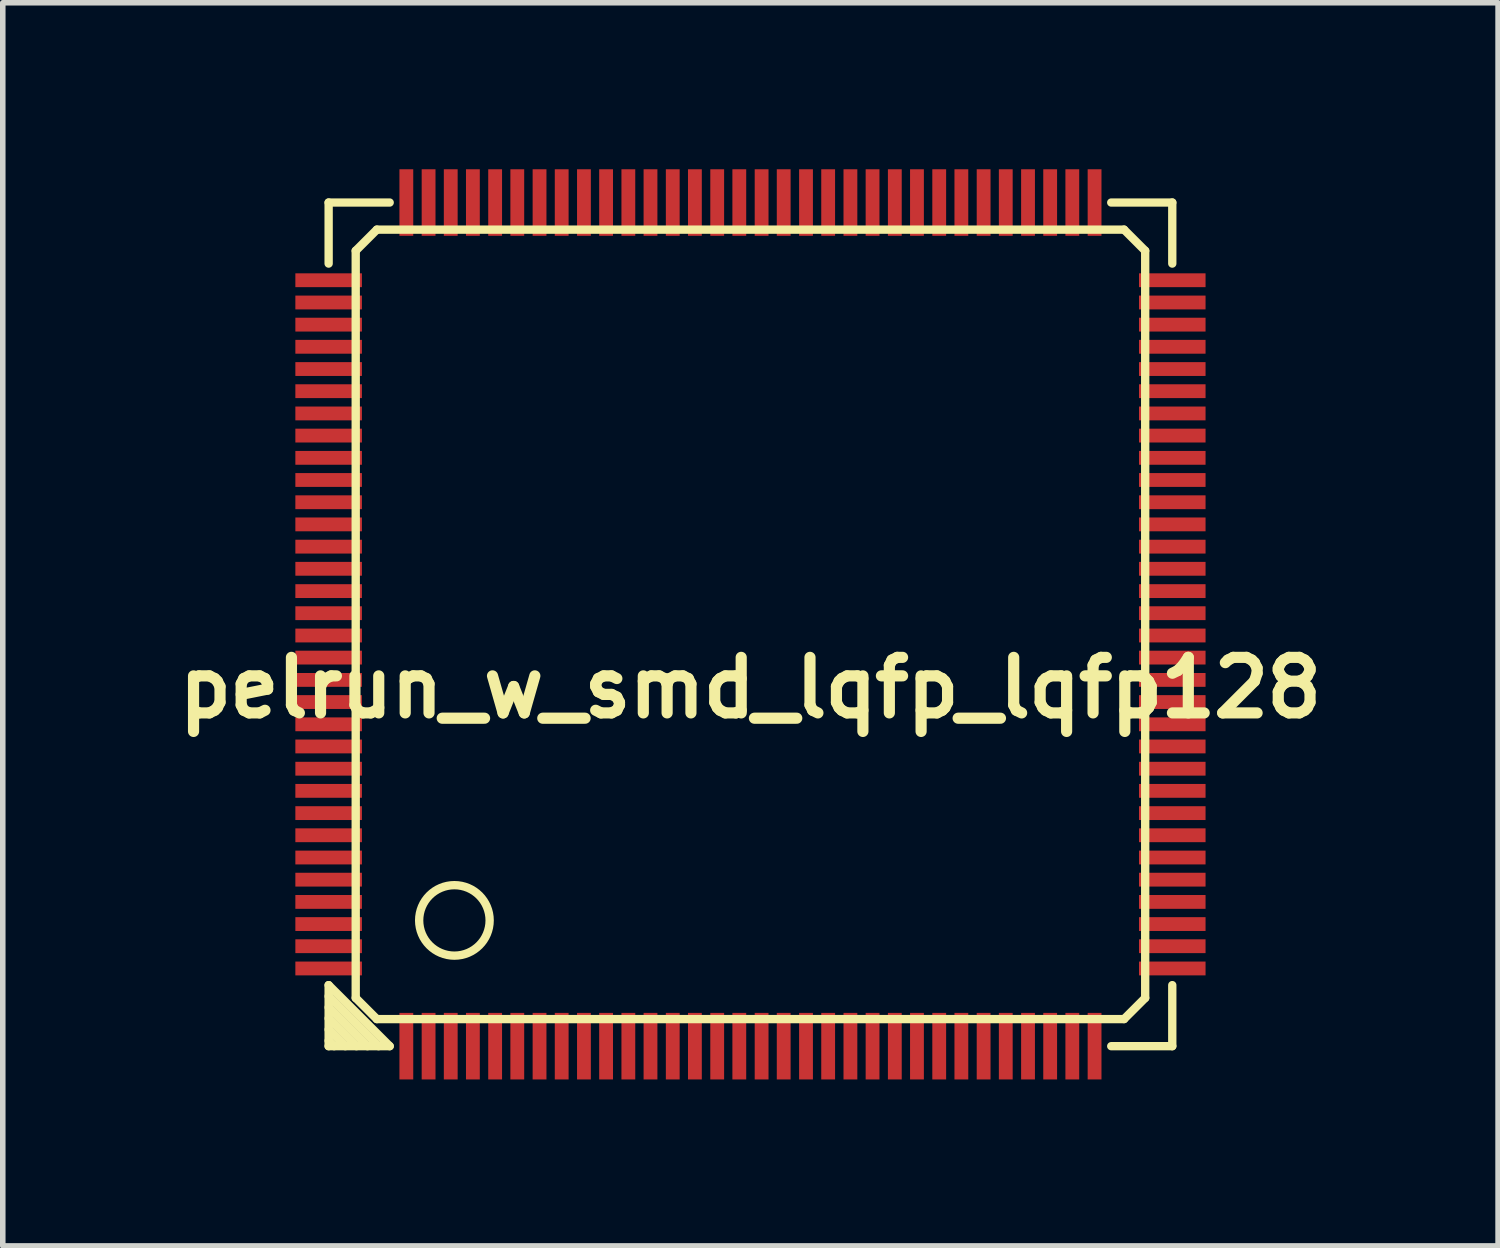
<source format=kicad_pcb>
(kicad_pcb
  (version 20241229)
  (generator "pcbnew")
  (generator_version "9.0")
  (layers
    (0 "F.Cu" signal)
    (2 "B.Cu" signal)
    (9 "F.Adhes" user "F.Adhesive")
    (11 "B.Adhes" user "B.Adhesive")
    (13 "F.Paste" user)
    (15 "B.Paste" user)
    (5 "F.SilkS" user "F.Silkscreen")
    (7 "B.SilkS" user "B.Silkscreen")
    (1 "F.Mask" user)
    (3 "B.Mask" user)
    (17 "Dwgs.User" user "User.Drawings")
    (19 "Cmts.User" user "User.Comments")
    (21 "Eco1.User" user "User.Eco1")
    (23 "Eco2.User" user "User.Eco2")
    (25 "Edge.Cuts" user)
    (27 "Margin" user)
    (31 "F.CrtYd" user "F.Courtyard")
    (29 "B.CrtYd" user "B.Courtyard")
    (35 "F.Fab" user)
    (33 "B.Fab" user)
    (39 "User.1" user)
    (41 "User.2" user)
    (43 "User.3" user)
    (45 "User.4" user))
  (footprint "pelrun_w_smd_lqfp_lqfp128"
    (layer "F.Cu")
    (at 10.471 8.199)
    (property "Reference" "pelrun_w_smd_lqfp_lqfp128" (at 0 1.143 0) (layer "F.SilkS") (effects (font (size 1.001 1.001) (thickness 0.201))))
    (attr through_hole)
    (fp_line (start -7.6 -7.6) (end -6.5 -7.6) (stroke (width 0.15) (type solid)) (layer "F.SilkS"))
    (fp_line (start -7.6 -6.5) (end -7.6 -7.6) (stroke (width 0.15) (type solid)) (layer "F.SilkS"))
    (fp_line (start -7.6 6.5) (end -7.6 7.6) (stroke (width 0.15) (type solid)) (layer "F.SilkS"))
    (fp_line (start -7.6 6.701) (end -6.701 7.6) (stroke (width 0.15) (type solid)) (layer "F.SilkS"))
    (fp_line (start -7.6 7.099) (end -7.099 7.6) (stroke (width 0.15) (type solid)) (layer "F.SilkS"))
    (fp_line (start -7.6 7.501) (end -7.501 7.6) (stroke (width 0.15) (type solid)) (layer "F.SilkS"))
    (fp_line (start -7.6 7.6) (end -6.5 7.6) (stroke (width 0.15) (type solid)) (layer "F.SilkS"))
    (fp_line (start -7.3 7.6) (end -7.6 7.3) (stroke (width 0.15) (type solid)) (layer "F.SilkS"))
    (fp_line (start -7.112 -6.731) (end -7.112 6.731) (stroke (width 0.15) (type solid)) (layer "F.SilkS"))
    (fp_line (start -7.112 6.731) (end -6.731 7.112) (stroke (width 0.15) (type solid)) (layer "F.SilkS"))
    (fp_line (start -6.901 7.6) (end -7.6 6.901) (stroke (width 0.15) (type solid)) (layer "F.SilkS"))
    (fp_line (start -6.731 -7.112) (end -7.112 -6.731) (stroke (width 0.15) (type solid)) (layer "F.SilkS"))
    (fp_line (start -6.731 7.112) (end 6.731 7.112) (stroke (width 0.15) (type solid)) (layer "F.SilkS"))
    (fp_line (start -6.5 7.6) (end -7.6 6.5) (stroke (width 0.15) (type solid)) (layer "F.SilkS"))
    (fp_line (start 6.5 7.6) (end 7.6 7.6) (stroke (width 0.15) (type solid)) (layer "F.SilkS"))
    (fp_line (start 6.731 -7.112) (end -6.731 -7.112) (stroke (width 0.15) (type solid)) (layer "F.SilkS"))
    (fp_line (start 6.731 7.112) (end 7.112 6.731) (stroke (width 0.15) (type solid)) (layer "F.SilkS"))
    (fp_line (start 7.112 -6.731) (end 6.731 -7.112) (stroke (width 0.15) (type solid)) (layer "F.SilkS"))
    (fp_line (start 7.112 6.731) (end 7.112 -6.731) (stroke (width 0.15) (type solid)) (layer "F.SilkS"))
    (fp_line (start 7.6 -7.6) (end 6.5 -7.6) (stroke (width 0.15) (type solid)) (layer "F.SilkS"))
    (fp_line (start 7.6 -7.6) (end 7.6 -6.5) (stroke (width 0.15) (type solid)) (layer "F.SilkS"))
    (fp_line (start 7.6 7.6) (end 7.6 6.5) (stroke (width 0.15) (type solid)) (layer "F.SilkS"))
    (fp_circle (center -5.334 5.334) (end -5.715 5.842) (stroke (width 0.15) (type solid)) (fill no) (layer "F.SilkS"))
    (pad "1" smd rect (at -6.2 7.6) (size 0.249 1.199) (layers "F.Cu" "F.Mask" "F.Paste"))
    (pad "2" smd rect (at -5.799 7.6) (size 0.249 1.199) (layers "F.Cu" "F.Mask" "F.Paste"))
    (pad "3" smd rect (at -5.4 7.6) (size 0.249 1.199) (layers "F.Cu" "F.Mask" "F.Paste"))
    (pad "4" smd rect (at -5.001 7.6) (size 0.249 1.199) (layers "F.Cu" "F.Mask" "F.Paste"))
    (pad "5" smd rect (at -4.6 7.6) (size 0.249 1.199) (layers "F.Cu" "F.Mask" "F.Paste"))
    (pad "6" smd rect (at -4.201 7.6) (size 0.249 1.199) (layers "F.Cu" "F.Mask" "F.Paste"))
    (pad "7" smd rect (at -3.8 7.6) (size 0.249 1.199) (layers "F.Cu" "F.Mask" "F.Paste"))
    (pad "8" smd rect (at -3.401 7.6) (size 0.249 1.199) (layers "F.Cu" "F.Mask" "F.Paste"))
    (pad "9" smd rect (at -3 7.6) (size 0.249 1.199) (layers "F.Cu" "F.Mask" "F.Paste"))
    (pad "10" smd rect (at -2.601 7.6) (size 0.249 1.199) (layers "F.Cu" "F.Mask" "F.Paste"))
    (pad "11" smd rect (at -2.2 7.6) (size 0.249 1.199) (layers "F.Cu" "F.Mask" "F.Paste"))
    (pad "12" smd rect (at -1.801 7.6) (size 0.249 1.199) (layers "F.Cu" "F.Mask" "F.Paste"))
    (pad "13" smd rect (at -1.4 7.6) (size 0.249 1.199) (layers "F.Cu" "F.Mask" "F.Paste"))
    (pad "14" smd rect (at -1.001 7.6) (size 0.249 1.199) (layers "F.Cu" "F.Mask" "F.Paste"))
    (pad "15" smd rect (at -0.599 7.6) (size 0.249 1.199) (layers "F.Cu" "F.Mask" "F.Paste"))
    (pad "16" smd rect (at -0.201 7.6) (size 0.249 1.199) (layers "F.Cu" "F.Mask" "F.Paste"))
    (pad "17" smd rect (at 0.201 7.6) (size 0.249 1.199) (layers "F.Cu" "F.Mask" "F.Paste"))
    (pad "18" smd rect (at 0.599 7.6) (size 0.249 1.199) (layers "F.Cu" "F.Mask" "F.Paste"))
    (pad "19" smd rect (at 1.001 7.6) (size 0.249 1.199) (layers "F.Cu" "F.Mask" "F.Paste"))
    (pad "20" smd rect (at 1.4 7.6) (size 0.249 1.199) (layers "F.Cu" "F.Mask" "F.Paste"))
    (pad "21" smd rect (at 1.801 7.6) (size 0.249 1.199) (layers "F.Cu" "F.Mask" "F.Paste"))
    (pad "22" smd rect (at 2.2 7.6) (size 0.249 1.199) (layers "F.Cu" "F.Mask" "F.Paste"))
    (pad "23" smd rect (at 2.601 7.6) (size 0.249 1.199) (layers "F.Cu" "F.Mask" "F.Paste"))
    (pad "24" smd rect (at 3 7.6) (size 0.249 1.199) (layers "F.Cu" "F.Mask" "F.Paste"))
    (pad "25" smd rect (at 3.401 7.6) (size 0.249 1.199) (layers "F.Cu" "F.Mask" "F.Paste"))
    (pad "26" smd rect (at 3.8 7.6) (size 0.249 1.199) (layers "F.Cu" "F.Mask" "F.Paste"))
    (pad "27" smd rect (at 4.201 7.6) (size 0.249 1.199) (layers "F.Cu" "F.Mask" "F.Paste"))
    (pad "28" smd rect (at 4.6 7.6) (size 0.249 1.199) (layers "F.Cu" "F.Mask" "F.Paste"))
    (pad "29" smd rect (at 5.001 7.6) (size 0.249 1.199) (layers "F.Cu" "F.Mask" "F.Paste"))
    (pad "30" smd rect (at 5.4 7.6) (size 0.249 1.199) (layers "F.Cu" "F.Mask" "F.Paste"))
    (pad "31" smd rect (at 5.799 7.6) (size 0.249 1.199) (layers "F.Cu" "F.Mask" "F.Paste"))
    (pad "32" smd rect (at 6.2 7.6) (size 0.249 1.199) (layers "F.Cu" "F.Mask" "F.Paste"))
    (pad "33" smd rect (at 7.6 6.2) (size 1.199 0.249) (layers "F.Cu" "F.Mask" "F.Paste"))
    (pad "34" smd rect (at 7.6 5.799) (size 1.199 0.249) (layers "F.Cu" "F.Mask" "F.Paste"))
    (pad "35" smd rect (at 7.6 5.4) (size 1.199 0.249) (layers "F.Cu" "F.Mask" "F.Paste"))
    (pad "36" smd rect (at 7.6 5.001) (size 1.199 0.249) (layers "F.Cu" "F.Mask" "F.Paste"))
    (pad "37" smd rect (at 7.6 4.6) (size 1.199 0.249) (layers "F.Cu" "F.Mask" "F.Paste"))
    (pad "38" smd rect (at 7.6 4.201) (size 1.199 0.249) (layers "F.Cu" "F.Mask" "F.Paste"))
    (pad "39" smd rect (at 7.6 3.8) (size 1.199 0.249) (layers "F.Cu" "F.Mask" "F.Paste"))
    (pad "40" smd rect (at 7.6 3.401) (size 1.199 0.249) (layers "F.Cu" "F.Mask" "F.Paste"))
    (pad "41" smd rect (at 7.6 3) (size 1.199 0.249) (layers "F.Cu" "F.Mask" "F.Paste"))
    (pad "42" smd rect (at 7.6 2.601) (size 1.199 0.249) (layers "F.Cu" "F.Mask" "F.Paste"))
    (pad "43" smd rect (at 7.6 2.2) (size 1.199 0.249) (layers "F.Cu" "F.Mask" "F.Paste"))
    (pad "44" smd rect (at 7.6 1.801) (size 1.199 0.249) (layers "F.Cu" "F.Mask" "F.Paste"))
    (pad "45" smd rect (at 7.6 1.4) (size 1.199 0.249) (layers "F.Cu" "F.Mask" "F.Paste"))
    (pad "46" smd rect (at 7.6 1.001) (size 1.199 0.249) (layers "F.Cu" "F.Mask" "F.Paste"))
    (pad "47" smd rect (at 7.6 0.599) (size 1.199 0.249) (layers "F.Cu" "F.Mask" "F.Paste"))
    (pad "48" smd rect (at 7.6 0.201) (size 1.199 0.249) (layers "F.Cu" "F.Mask" "F.Paste"))
    (pad "49" smd rect (at 7.6 -0.201) (size 1.199 0.249) (layers "F.Cu" "F.Mask" "F.Paste"))
    (pad "50" smd rect (at 7.6 -0.599) (size 1.199 0.249) (layers "F.Cu" "F.Mask" "F.Paste"))
    (pad "51" smd rect (at 7.6 -1.001) (size 1.199 0.249) (layers "F.Cu" "F.Mask" "F.Paste"))
    (pad "52" smd rect (at 7.6 -1.4) (size 1.199 0.249) (layers "F.Cu" "F.Mask" "F.Paste"))
    (pad "53" smd rect (at 7.6 -1.801) (size 1.199 0.249) (layers "F.Cu" "F.Mask" "F.Paste"))
    (pad "54" smd rect (at 7.6 -2.2) (size 1.199 0.249) (layers "F.Cu" "F.Mask" "F.Paste"))
    (pad "55" smd rect (at 7.6 -2.601) (size 1.199 0.249) (layers "F.Cu" "F.Mask" "F.Paste"))
    (pad "56" smd rect (at 7.6 -3) (size 1.199 0.249) (layers "F.Cu" "F.Mask" "F.Paste"))
    (pad "57" smd rect (at 7.6 -3.401) (size 1.199 0.249) (layers "F.Cu" "F.Mask" "F.Paste"))
    (pad "58" smd rect (at 7.6 -3.8) (size 1.199 0.249) (layers "F.Cu" "F.Mask" "F.Paste"))
    (pad "59" smd rect (at 7.6 -4.201) (size 1.199 0.249) (layers "F.Cu" "F.Mask" "F.Paste"))
    (pad "60" smd rect (at 7.6 -4.6) (size 1.199 0.249) (layers "F.Cu" "F.Mask" "F.Paste"))
    (pad "61" smd rect (at 7.6 -5.001) (size 1.199 0.249) (layers "F.Cu" "F.Mask" "F.Paste"))
    (pad "62" smd rect (at 7.6 -5.4) (size 1.199 0.249) (layers "F.Cu" "F.Mask" "F.Paste"))
    (pad "63" smd rect (at 7.6 -5.799) (size 1.199 0.249) (layers "F.Cu" "F.Mask" "F.Paste"))
    (pad "64" smd rect (at 7.6 -6.2) (size 1.199 0.249) (layers "F.Cu" "F.Mask" "F.Paste"))
    (pad "65" smd rect (at 6.2 -7.6) (size 0.249 1.199) (layers "F.Cu" "F.Mask" "F.Paste"))
    (pad "66" smd rect (at 5.799 -7.6) (size 0.249 1.199) (layers "F.Cu" "F.Mask" "F.Paste"))
    (pad "67" smd rect (at 5.4 -7.6) (size 0.249 1.199) (layers "F.Cu" "F.Mask" "F.Paste"))
    (pad "68" smd rect (at 5.001 -7.6) (size 0.249 1.199) (layers "F.Cu" "F.Mask" "F.Paste"))
    (pad "69" smd rect (at 4.6 -7.6) (size 0.249 1.199) (layers "F.Cu" "F.Mask" "F.Paste"))
    (pad "70" smd rect (at 4.201 -7.6) (size 0.249 1.199) (layers "F.Cu" "F.Mask" "F.Paste"))
    (pad "71" smd rect (at 3.8 -7.6) (size 0.249 1.199) (layers "F.Cu" "F.Mask" "F.Paste"))
    (pad "72" smd rect (at 3.401 -7.6) (size 0.249 1.199) (layers "F.Cu" "F.Mask" "F.Paste"))
    (pad "73" smd rect (at 3 -7.6) (size 0.249 1.199) (layers "F.Cu" "F.Mask" "F.Paste"))
    (pad "74" smd rect (at 2.601 -7.6) (size 0.249 1.199) (layers "F.Cu" "F.Mask" "F.Paste"))
    (pad "75" smd rect (at 2.2 -7.6) (size 0.249 1.199) (layers "F.Cu" "F.Mask" "F.Paste"))
    (pad "76" smd rect (at 1.801 -7.6) (size 0.249 1.199) (layers "F.Cu" "F.Mask" "F.Paste"))
    (pad "77" smd rect (at 1.4 -7.6) (size 0.249 1.199) (layers "F.Cu" "F.Mask" "F.Paste"))
    (pad "78" smd rect (at 1.001 -7.6) (size 0.249 1.199) (layers "F.Cu" "F.Mask" "F.Paste"))
    (pad "79" smd rect (at 0.599 -7.6) (size 0.249 1.199) (layers "F.Cu" "F.Mask" "F.Paste"))
    (pad "80" smd rect (at 0.201 -7.6) (size 0.249 1.199) (layers "F.Cu" "F.Mask" "F.Paste"))
    (pad "81" smd rect (at -0.201 -7.6) (size 0.249 1.199) (layers "F.Cu" "F.Mask" "F.Paste"))
    (pad "82" smd rect (at -0.599 -7.6) (size 0.249 1.199) (layers "F.Cu" "F.Mask" "F.Paste"))
    (pad "83" smd rect (at -1.001 -7.6) (size 0.249 1.199) (layers "F.Cu" "F.Mask" "F.Paste"))
    (pad "84" smd rect (at -1.4 -7.6) (size 0.249 1.199) (layers "F.Cu" "F.Mask" "F.Paste"))
    (pad "85" smd rect (at -1.801 -7.6) (size 0.249 1.199) (layers "F.Cu" "F.Mask" "F.Paste"))
    (pad "86" smd rect (at -2.2 -7.6) (size 0.249 1.199) (layers "F.Cu" "F.Mask" "F.Paste"))
    (pad "87" smd rect (at -2.601 -7.6) (size 0.249 1.199) (layers "F.Cu" "F.Mask" "F.Paste"))
    (pad "88" smd rect (at -3 -7.6) (size 0.249 1.199) (layers "F.Cu" "F.Mask" "F.Paste"))
    (pad "89" smd rect (at -3.401 -7.6) (size 0.249 1.199) (layers "F.Cu" "F.Mask" "F.Paste"))
    (pad "90" smd rect (at -3.8 -7.6) (size 0.249 1.199) (layers "F.Cu" "F.Mask" "F.Paste"))
    (pad "91" smd rect (at -4.201 -7.6) (size 0.249 1.199) (layers "F.Cu" "F.Mask" "F.Paste"))
    (pad "92" smd rect (at -4.6 -7.6) (size 0.249 1.199) (layers "F.Cu" "F.Mask" "F.Paste"))
    (pad "93" smd rect (at -5.001 -7.6) (size 0.249 1.199) (layers "F.Cu" "F.Mask" "F.Paste"))
    (pad "94" smd rect (at -5.4 -7.6) (size 0.249 1.199) (layers "F.Cu" "F.Mask" "F.Paste"))
    (pad "95" smd rect (at -5.799 -7.6) (size 0.249 1.199) (layers "F.Cu" "F.Mask" "F.Paste"))
    (pad "96" smd rect (at -6.2 -7.6) (size 0.249 1.199) (layers "F.Cu" "F.Mask" "F.Paste"))
    (pad "97" smd rect (at -7.6 -6.2) (size 1.199 0.249) (layers "F.Cu" "F.Mask" "F.Paste"))
    (pad "98" smd rect (at -7.6 -5.799) (size 1.199 0.249) (layers "F.Cu" "F.Mask" "F.Paste"))
    (pad "99" smd rect (at -7.6 -5.4) (size 1.199 0.249) (layers "F.Cu" "F.Mask" "F.Paste"))
    (pad "100" smd rect (at -7.6 -5.001) (size 1.199 0.249) (layers "F.Cu" "F.Mask" "F.Paste"))
    (pad "101" smd rect (at -7.6 -4.6) (size 1.199 0.249) (layers "F.Cu" "F.Mask" "F.Paste"))
    (pad "102" smd rect (at -7.6 -4.201) (size 1.199 0.249) (layers "F.Cu" "F.Mask" "F.Paste"))
    (pad "103" smd rect (at -7.6 -3.8) (size 1.199 0.249) (layers "F.Cu" "F.Mask" "F.Paste"))
    (pad "104" smd rect (at -7.6 -3.401) (size 1.199 0.249) (layers "F.Cu" "F.Mask" "F.Paste"))
    (pad "105" smd rect (at -7.6 -3) (size 1.199 0.249) (layers "F.Cu" "F.Mask" "F.Paste"))
    (pad "106" smd rect (at -7.6 -2.601) (size 1.199 0.249) (layers "F.Cu" "F.Mask" "F.Paste"))
    (pad "107" smd rect (at -7.6 -2.2) (size 1.199 0.249) (layers "F.Cu" "F.Mask" "F.Paste"))
    (pad "108" smd rect (at -7.6 -1.801) (size 1.199 0.249) (layers "F.Cu" "F.Mask" "F.Paste"))
    (pad "109" smd rect (at -7.6 -1.4) (size 1.199 0.249) (layers "F.Cu" "F.Mask" "F.Paste"))
    (pad "110" smd rect (at -7.6 -1.001) (size 1.199 0.249) (layers "F.Cu" "F.Mask" "F.Paste"))
    (pad "111" smd rect (at -7.6 -0.599) (size 1.199 0.249) (layers "F.Cu" "F.Mask" "F.Paste"))
    (pad "112" smd rect (at -7.6 -0.201) (size 1.199 0.249) (layers "F.Cu" "F.Mask" "F.Paste"))
    (pad "113" smd rect (at -7.6 0.201) (size 1.199 0.249) (layers "F.Cu" "F.Mask" "F.Paste"))
    (pad "114" smd rect (at -7.6 0.599) (size 1.199 0.249) (layers "F.Cu" "F.Mask" "F.Paste"))
    (pad "115" smd rect (at -7.6 1.001) (size 1.199 0.249) (layers "F.Cu" "F.Mask" "F.Paste"))
    (pad "116" smd rect (at -7.6 1.4) (size 1.199 0.249) (layers "F.Cu" "F.Mask" "F.Paste"))
    (pad "117" smd rect (at -7.6 1.801) (size 1.199 0.249) (layers "F.Cu" "F.Mask" "F.Paste"))
    (pad "118" smd rect (at -7.6 2.2) (size 1.199 0.249) (layers "F.Cu" "F.Mask" "F.Paste"))
    (pad "119" smd rect (at -7.6 2.601) (size 1.199 0.249) (layers "F.Cu" "F.Mask" "F.Paste"))
    (pad "120" smd rect (at -7.6 3) (size 1.199 0.249) (layers "F.Cu" "F.Mask" "F.Paste"))
    (pad "121" smd rect (at -7.6 3.401) (size 1.199 0.249) (layers "F.Cu" "F.Mask" "F.Paste"))
    (pad "122" smd rect (at -7.6 3.8) (size 1.199 0.249) (layers "F.Cu" "F.Mask" "F.Paste"))
    (pad "123" smd rect (at -7.6 4.201) (size 1.199 0.249) (layers "F.Cu" "F.Mask" "F.Paste"))
    (pad "124" smd rect (at -7.6 4.6) (size 1.199 0.249) (layers "F.Cu" "F.Mask" "F.Paste"))
    (pad "125" smd rect (at -7.6 5.001) (size 1.199 0.249) (layers "F.Cu" "F.Mask" "F.Paste"))
    (pad "126" smd rect (at -7.6 5.4) (size 1.199 0.249) (layers "F.Cu" "F.Mask" "F.Paste"))
    (pad "127" smd rect (at -7.6 5.799) (size 1.199 0.249) (layers "F.Cu" "F.Mask" "F.Paste"))
    (pad "128" smd rect (at -7.6 6.2) (size 1.199 0.249) (layers "F.Cu" "F.Mask" "F.Paste")))
  (gr_rect
    (start -3 -3)
    (end 23.941 19.398)
    (stroke (width 0.1) (type default))
    (fill no)
    (layer "Edge.Cuts")))
</source>
